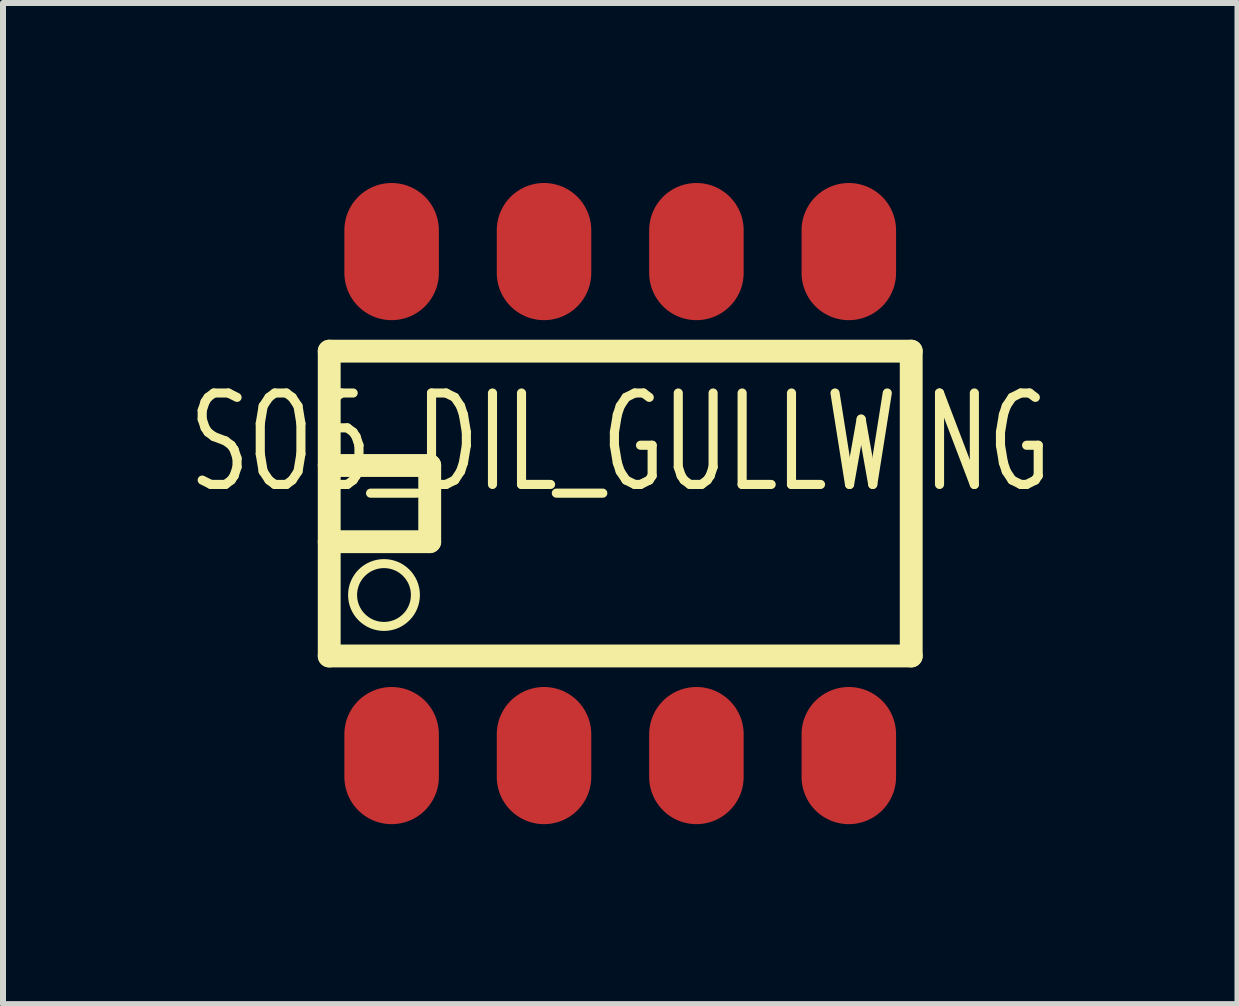
<source format=kicad_pcb>
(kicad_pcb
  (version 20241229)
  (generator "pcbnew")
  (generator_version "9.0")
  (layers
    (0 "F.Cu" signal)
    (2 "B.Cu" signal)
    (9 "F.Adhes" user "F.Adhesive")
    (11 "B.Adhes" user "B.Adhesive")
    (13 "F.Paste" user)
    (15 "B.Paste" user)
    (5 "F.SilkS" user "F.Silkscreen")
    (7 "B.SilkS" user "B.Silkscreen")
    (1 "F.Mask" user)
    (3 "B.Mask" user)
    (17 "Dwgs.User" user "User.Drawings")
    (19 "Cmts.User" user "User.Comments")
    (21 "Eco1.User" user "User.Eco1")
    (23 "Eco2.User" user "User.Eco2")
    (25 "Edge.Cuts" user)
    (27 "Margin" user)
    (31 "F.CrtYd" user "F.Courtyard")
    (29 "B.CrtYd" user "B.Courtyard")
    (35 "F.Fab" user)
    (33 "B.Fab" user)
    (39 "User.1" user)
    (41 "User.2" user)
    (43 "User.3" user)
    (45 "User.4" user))
  (footprint "SO6_DIL_GULLWING"
    (layer "F.Cu")
    (at 7.287 5.343)
    (property "Reference" "SO6_DIL_GULLWING" (at 0 -1.016 0) (layer "F.SilkS") (effects (font (size 1.524 1.016) (thickness 0.152))))
    (attr through_hole)
    (fp_line (start -4.85 -2.54) (end 4.85 -2.54) (stroke (width 0.381) (type solid)) (layer "F.SilkS"))
    (fp_line (start -4.85 -0.635) (end -3.175 -0.635) (stroke (width 0.381) (type solid)) (layer "F.SilkS"))
    (fp_line (start -4.85 2.54) (end -4.85 -2.54) (stroke (width 0.381) (type solid)) (layer "F.SilkS"))
    (fp_line (start -3.175 -0.635) (end -3.175 0.635) (stroke (width 0.381) (type solid)) (layer "F.SilkS"))
    (fp_line (start -3.175 0.635) (end -4.85 0.635) (stroke (width 0.381) (type solid)) (layer "F.SilkS"))
    (fp_line (start 4.85 -2.54) (end 4.85 2.54) (stroke (width 0.381) (type solid)) (layer "F.SilkS"))
    (fp_line (start 4.85 2.54) (end -4.85 2.54) (stroke (width 0.381) (type solid)) (layer "F.SilkS"))
    (fp_circle (center -3.937 1.524) (end -3.429 1.397) (stroke (width 0.15) (type solid)) (fill no) (layer "F.SilkS"))
    (pad "1" smd oval (at -3.81 4.2) (size 1.575 2.286) (layers "F.Cu" "F.Mask" "F.Paste"))
    (pad "2" smd oval (at -1.27 4.2) (size 1.575 2.286) (layers "F.Cu" "F.Mask" "F.Paste"))
    (pad "3" smd oval (at 1.27 4.2) (size 1.575 2.286) (layers "F.Cu" "F.Mask" "F.Paste"))
    (pad "4" smd oval (at 3.81 4.2) (size 1.575 2.286) (layers "F.Cu" "F.Mask" "F.Paste"))
    (pad "5" smd oval (at 3.81 -4.2) (size 1.575 2.286) (layers "F.Cu" "F.Mask" "F.Paste"))
    (pad "6" smd oval (at 1.27 -4.2) (size 1.575 2.286) (layers "F.Cu" "F.Mask" "F.Paste"))
    (pad "7" smd oval (at -1.27 -4.2) (size 1.575 2.286) (layers "F.Cu" "F.Mask" "F.Paste"))
    (pad "8" smd oval (at -3.81 -4.2) (size 1.575 2.286) (layers "F.Cu" "F.Mask" "F.Paste")))
  (gr_rect
    (start -3 -3)
    (end 17.575 13.686)
    (stroke (width 0.1) (type default))
    (fill no)
    (layer "Edge.Cuts")))
</source>
